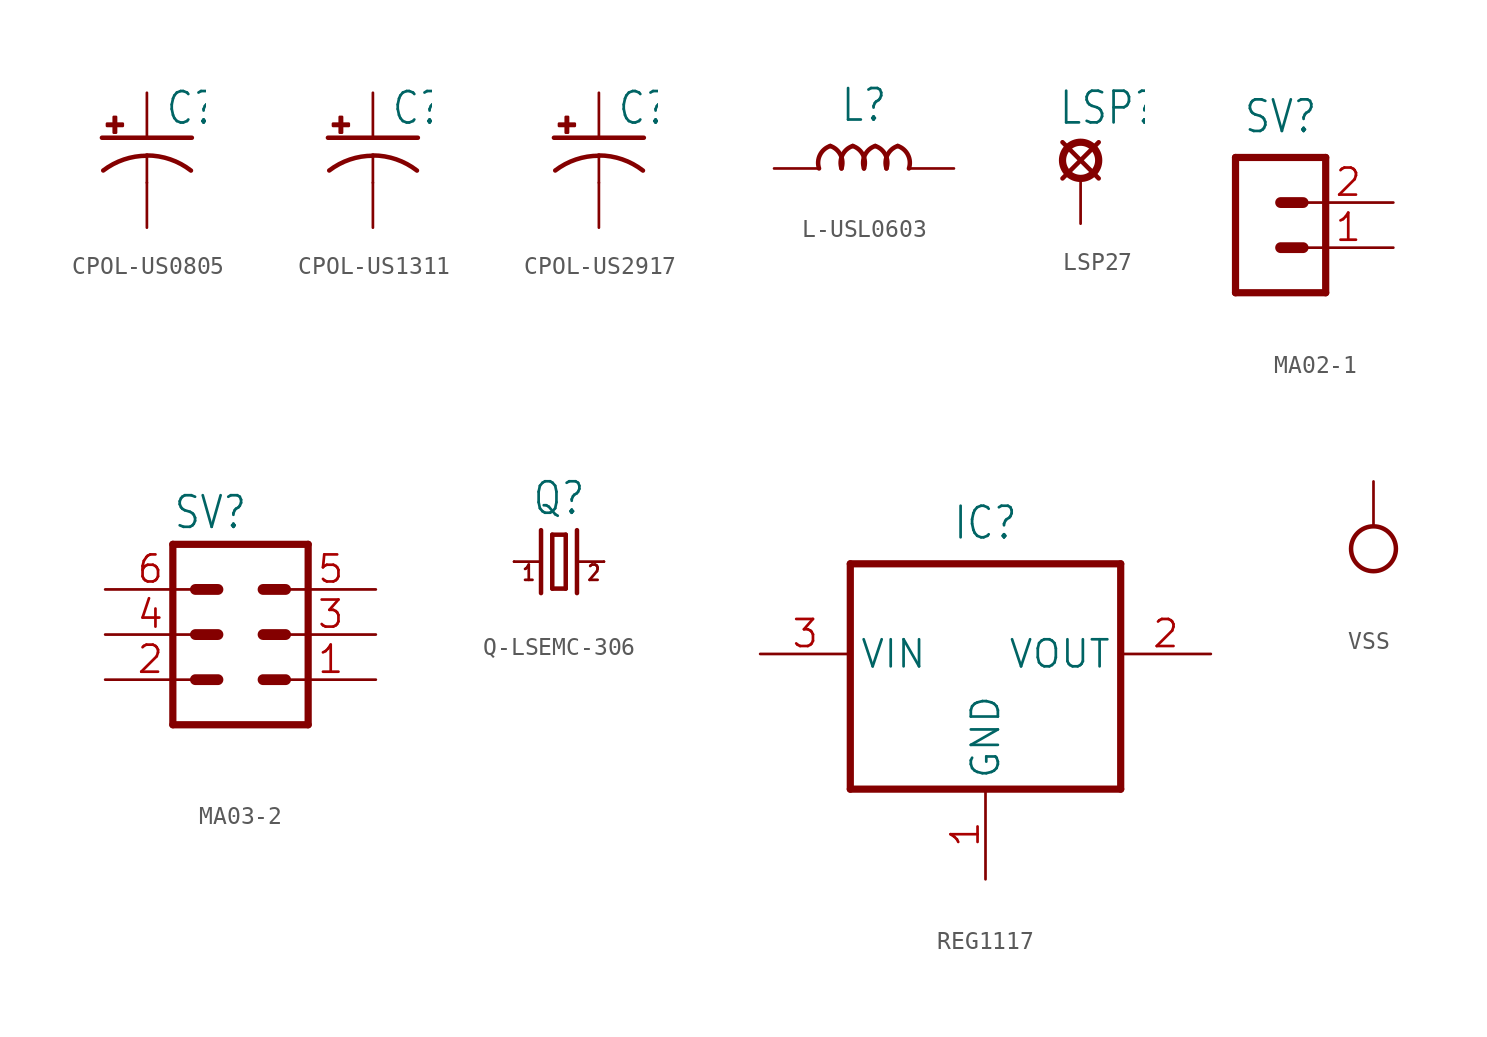
<source format=kicad_sym>
(kicad_symbol_lib
  (version 20241209)
  (generator "kicad_symbol_editor")
  (generator_version "9.0")
  (symbol "CPOL-US0805"
    (property "Reference" "C"
      (at 1.016 0.635 0)
      (effects (font (size 1.778 1.511)) (justify left bottom)))
    (property "Value" ""
      (at 1.016 -4.191 0)
      (effects (font (size 1.778 1.511)) (justify left bottom)))
    (property "ki_locked" ""
      (at 0 0 0)
      (effects (font (size 1.27 1.27))))
    (symbol "CPOL-US0805_1_0"
      (polyline (pts (xy -2.54 0) (xy 2.54 0)) (stroke (width 0.254) (type solid)) (fill (type none)))
      (rectangle (start -2.253 0.668) (end -1.364 0.795) (stroke (width 0) (type default)) (fill (type outline)))
      (rectangle (start -1.872 0.287) (end -1.745 1.176) (stroke (width 0) (type default)) (fill (type outline)))
      (arc (start -2.4669 -1.8504) (mid -1.3021 -1.2303) (end 0 -1.0161) (stroke (width 0.254) (type solid)) (fill (type none)))
      (polyline (pts (xy 0 -1.016) (xy 0 -2.54)) (stroke (width 0.152) (type solid)) (fill (type none)))
      (arc (start 0 -1) (mid 1.3158 -1.2195) (end 2.4892 -1.8541) (stroke (width 0.254) (type solid)) (fill (type none)))
      (pin passive line (at 0 2.54 270) (length 2.54) (name "+" (effects (font (size 0 0)))) (number "1+" (effects (font (size 0 0)))))
      (pin passive line (at 0 -5.08 90) (length 2.54) (name "-" (effects (font (size 0 0)))) (number "2-" (effects (font (size 0 0)))))))
  (symbol "CPOL-US1311"
    (property "Reference" "C"
      (at 1.016 0.635 0)
      (effects (font (size 1.778 1.511)) (justify left bottom)))
    (property "Value" ""
      (at 1.016 -4.191 0)
      (effects (font (size 1.778 1.511)) (justify left bottom)))
    (property "ki_locked" ""
      (at 0 0 0)
      (effects (font (size 1.27 1.27))))
    (symbol "CPOL-US1311_1_0"
      (polyline (pts (xy -2.54 0) (xy 2.54 0)) (stroke (width 0.254) (type solid)) (fill (type none)))
      (rectangle (start -2.253 0.668) (end -1.364 0.795) (stroke (width 0) (type default)) (fill (type outline)))
      (rectangle (start -1.872 0.287) (end -1.745 1.176) (stroke (width 0) (type default)) (fill (type outline)))
      (arc (start -2.4669 -1.8504) (mid -1.3021 -1.2303) (end 0 -1.0161) (stroke (width 0.254) (type solid)) (fill (type none)))
      (polyline (pts (xy 0 -1.016) (xy 0 -2.54)) (stroke (width 0.152) (type solid)) (fill (type none)))
      (arc (start 0 -1) (mid 1.3158 -1.2195) (end 2.4892 -1.8541) (stroke (width 0.254) (type solid)) (fill (type none)))
      (pin passive line (at 0 2.54 270) (length 2.54) (name "+" (effects (font (size 0 0)))) (number "1+" (effects (font (size 0 0)))))
      (pin passive line (at 0 -5.08 90) (length 2.54) (name "-" (effects (font (size 0 0)))) (number "2-" (effects (font (size 0 0)))))))
  (symbol "CPOL-US2917"
    (property "Reference" "C"
      (at 1.016 0.635 0)
      (effects (font (size 1.778 1.511)) (justify left bottom)))
    (property "Value" ""
      (at 1.016 -4.191 0)
      (effects (font (size 1.778 1.511)) (justify left bottom)))
    (property "ki_locked" ""
      (at 0 0 0)
      (effects (font (size 1.27 1.27))))
    (symbol "CPOL-US2917_1_0"
      (polyline (pts (xy -2.54 0) (xy 2.54 0)) (stroke (width 0.254) (type solid)) (fill (type none)))
      (rectangle (start -2.253 0.668) (end -1.364 0.795) (stroke (width 0) (type default)) (fill (type outline)))
      (rectangle (start -1.872 0.287) (end -1.745 1.176) (stroke (width 0) (type default)) (fill (type outline)))
      (arc (start -2.4669 -1.8504) (mid -1.3021 -1.2303) (end 0 -1.0161) (stroke (width 0.254) (type solid)) (fill (type none)))
      (polyline (pts (xy 0 -1.016) (xy 0 -2.54)) (stroke (width 0.152) (type solid)) (fill (type none)))
      (arc (start 0 -1) (mid 1.3158 -1.2195) (end 2.4892 -1.8541) (stroke (width 0.254) (type solid)) (fill (type none)))
      (pin passive line (at 0 2.54 270) (length 2.54) (name "+" (effects (font (size 0 0)))) (number "+" (effects (font (size 0 0)))))
      (pin passive line (at 0 -5.08 90) (length 2.54) (name "-" (effects (font (size 0 0)))) (number "-" (effects (font (size 0 0)))))))
  (symbol "L-USL0603"
    (property "Reference" "L"
      (at 0 2.54 0)
      (effects (font (size 1.778 1.511)) (justify bottom)))
    (property "Value" ""
      (at 0 -1.27 0)
      (effects (font (size 1.778 1.511)) (justify top)))
    (property "ki_locked" ""
      (at 0 0 0)
      (effects (font (size 1.27 1.27))))
    (symbol "L-USL0603_1_0"
      (arc (start -1.9051 1.2699) (mid -1.3245 0.7665) (end -1.27 0) (stroke (width 0.254) (type solid)) (fill (type none)))
      (arc (start -2.54 0) (mid -2.4855 0.7665) (end -1.9049 1.2699) (stroke (width 0.254) (type solid)) (fill (type none)))
      (arc (start -0.6351 1.2699) (mid -0.0545 0.7665) (end 0 0) (stroke (width 0.254) (type solid)) (fill (type none)))
      (arc (start -1.27 0) (mid -1.2154 0.7666) (end -0.6348 1.27) (stroke (width 0.254) (type solid)) (fill (type none)))
      (arc (start 0.6348 1.27) (mid 1.2154 0.7666) (end 1.27 0) (stroke (width 0.254) (type solid)) (fill (type none)))
      (arc (start 0 0) (mid 0.0545 0.7665) (end 0.6351 1.2699) (stroke (width 0.254) (type solid)) (fill (type none)))
      (arc (start 1.9049 1.2699) (mid 2.4855 0.7665) (end 2.54 0) (stroke (width 0.254) (type solid)) (fill (type none)))
      (arc (start 1.27 0) (mid 1.3245 0.7665) (end 1.9051 1.2699) (stroke (width 0.254) (type solid)) (fill (type none)))
      (pin passive line (at -5.08 0 0) (length 2.54) (name "1" (effects (font (size 0 0)))) (number "1" (effects (font (size 0 0)))))
      (pin passive line (at 5.08 0 180) (length 2.54) (name "2" (effects (font (size 0 0)))) (number "2" (effects (font (size 0 0)))))))
  (symbol "LSP27"
    (property "Reference" "LSP"
      (at -1.27 2.921 0)
      (effects (font (size 1.778 1.511)) (justify left bottom)))
    (property "ki_locked" ""
      (at 0 0 0)
      (effects (font (size 1.27 1.27))))
    (symbol "LSP27_1_0"
      (polyline (pts (xy -1.016 2.032) (xy 1.016 0)) (stroke (width 0.254) (type solid)) (fill (type none)))
      (polyline (pts (xy -1.016 0) (xy 1.016 2.032)) (stroke (width 0.254) (type solid)) (fill (type none)))
      (circle (center 0 1.016) (radius 1.016) (stroke (width 0.406) (type solid)) (fill (type none)))
      (pin passive line (at 0 -2.54 90) (length 2.54) (name "MP" (effects (font (size 0 0)))) (number "MP" (effects (font (size 0 0)))))))
  (symbol "MA02-1"
    (property "Reference" "SV"
      (at 1.27 3.81 0)
      (effects (font (size 1.778 1.511)) (justify bottom)))
    (property "Value" ""
      (at 1.27 -6.35 0)
      (effects (font (size 1.778 1.511)) (justify top)))
    (property "ki_locked" ""
      (at 0 0 0)
      (effects (font (size 1.27 1.27))))
    (symbol "MA02-1_1_0"
      (polyline (pts (xy -1.27 2.54) (xy -1.27 -5.08)) (stroke (width 0.406) (type solid)) (fill (type none)))
      (polyline (pts (xy -1.27 2.54) (xy 3.81 2.54)) (stroke (width 0.406) (type solid)) (fill (type none)))
      (polyline (pts (xy 1.27 0) (xy 2.54 0)) (stroke (width 0.61) (type solid)) (fill (type none)))
      (polyline (pts (xy 1.27 -2.54) (xy 2.54 -2.54)) (stroke (width 0.61) (type solid)) (fill (type none)))
      (polyline (pts (xy 3.81 -5.08) (xy -1.27 -5.08)) (stroke (width 0.406) (type solid)) (fill (type none)))
      (polyline (pts (xy 3.81 -5.08) (xy 3.81 2.54)) (stroke (width 0.406) (type solid)) (fill (type none)))
      (pin passive line (at 7.62 0 180) (length 5.08) (name "2" (effects (font (size 0 0)))) (number "2" (effects (font (size 1.524 1.524)))))
      (pin passive line (at 7.62 -2.54 180) (length 5.08) (name "1" (effects (font (size 0 0)))) (number "1" (effects (font (size 1.524 1.524)))))))
  (symbol "MA03-2"
    (property "Reference" "SV"
      (at -3.81 5.842 0)
      (effects (font (size 1.778 1.511)) (justify left bottom)))
    (property "Value" ""
      (at -3.81 -7.62 0)
      (effects (font (size 1.778 1.511)) (justify left bottom)))
    (property "ki_locked" ""
      (at 0 0 0)
      (effects (font (size 1.27 1.27))))
    (symbol "MA03-2_1_0"
      (polyline (pts (xy -3.81 5.08) (xy -3.81 -5.08)) (stroke (width 0.406) (type solid)) (fill (type none)))
      (polyline (pts (xy -3.81 5.08) (xy 3.81 5.08)) (stroke (width 0.406) (type solid)) (fill (type none)))
      (polyline (pts (xy -2.54 2.54) (xy -1.27 2.54)) (stroke (width 0.61) (type solid)) (fill (type none)))
      (polyline (pts (xy -2.54 0) (xy -1.27 0)) (stroke (width 0.61) (type solid)) (fill (type none)))
      (polyline (pts (xy -2.54 -2.54) (xy -1.27 -2.54)) (stroke (width 0.61) (type solid)) (fill (type none)))
      (polyline (pts (xy 1.27 2.54) (xy 2.54 2.54)) (stroke (width 0.61) (type solid)) (fill (type none)))
      (polyline (pts (xy 1.27 0) (xy 2.54 0)) (stroke (width 0.61) (type solid)) (fill (type none)))
      (polyline (pts (xy 1.27 -2.54) (xy 2.54 -2.54)) (stroke (width 0.61) (type solid)) (fill (type none)))
      (polyline (pts (xy 3.81 -5.08) (xy -3.81 -5.08)) (stroke (width 0.406) (type solid)) (fill (type none)))
      (polyline (pts (xy 3.81 -5.08) (xy 3.81 5.08)) (stroke (width 0.406) (type solid)) (fill (type none)))
      (pin passive line (at -7.62 2.54 0) (length 5.08) (name "6" (effects (font (size 0 0)))) (number "6" (effects (font (size 1.524 1.524)))))
      (pin passive line (at -7.62 0 0) (length 5.08) (name "4" (effects (font (size 0 0)))) (number "4" (effects (font (size 1.524 1.524)))))
      (pin passive line (at -7.62 -2.54 0) (length 5.08) (name "2" (effects (font (size 0 0)))) (number "2" (effects (font (size 1.524 1.524)))))
      (pin passive line (at 7.62 2.54 180) (length 5.08) (name "5" (effects (font (size 0 0)))) (number "5" (effects (font (size 1.524 1.524)))))
      (pin passive line (at 7.62 0 180) (length 5.08) (name "3" (effects (font (size 0 0)))) (number "3" (effects (font (size 1.524 1.524)))))
      (pin passive line (at 7.62 -2.54 180) (length 5.08) (name "1" (effects (font (size 0 0)))) (number "1" (effects (font (size 1.524 1.524)))))))
  (symbol "Q-LSEMC-306"
    (property "Reference" "Q"
      (at 0 2.54 0)
      (effects (font (size 1.778 1.511)) (justify bottom)))
    (property "Value" ""
      (at 0 -2.54 0)
      (effects (font (size 1.778 1.511)) (justify top)))
    (property "ki_locked" ""
      (at 0 0 0)
      (effects (font (size 1.27 1.27))))
    (symbol "Q-LSEMC-306_1_0"
      (polyline (pts (xy -2.54 0) (xy -1.016 0)) (stroke (width 0.152) (type solid)) (fill (type none)))
      (polyline (pts (xy -1.016 1.778) (xy -1.016 -1.778)) (stroke (width 0.254) (type solid)) (fill (type none)))
      (polyline (pts (xy -0.381 1.524) (xy -0.381 -1.524)) (stroke (width 0.254) (type solid)) (fill (type none)))
      (polyline (pts (xy -0.381 -1.524) (xy 0.381 -1.524)) (stroke (width 0.254) (type solid)) (fill (type none)))
      (polyline (pts (xy 0.381 1.524) (xy -0.381 1.524)) (stroke (width 0.254) (type solid)) (fill (type none)))
      (polyline (pts (xy 0.381 -1.524) (xy 0.381 1.524)) (stroke (width 0.254) (type solid)) (fill (type none)))
      (polyline (pts (xy 1.016 1.778) (xy 1.016 -1.778)) (stroke (width 0.254) (type solid)) (fill (type none)))
      (polyline (pts (xy 1.016 0) (xy 2.54 0)) (stroke (width 0.152) (type solid)) (fill (type none)))
      (text "1" (at -2.159 -1.143 0) (effects (font (size 0.864 0.734)) (justify left bottom)))
      (text "2" (at 1.524 -1.143 0) (effects (font (size 0.864 0.734)) (justify left bottom)))
      (pin passive line (at -2.54 0 0) (length 0) (name "1" (effects (font (size 0 0)))) (number "1" (effects (font (size 0 0)))))
      (pin passive line (at 2.54 0 180) (length 0) (name "2" (effects (font (size 0 0)))) (number "4" (effects (font (size 0 0)))))))
  (symbol "REG1117"
    (property "Reference" "IC"
      (at 0 6.35 0)
      (effects (font (size 1.778 1.511)) (justify bottom)))
    (property "Value" ""
      (at 0 2.54 0)
      (effects (font (size 1.778 1.511)) (justify bottom)))
    (property "ki_locked" ""
      (at 0 0 0)
      (effects (font (size 1.27 1.27))))
    (symbol "REG1117_1_0"
      (polyline (pts (xy -7.62 5.08) (xy -7.62 -7.62)) (stroke (width 0.406) (type solid)) (fill (type none)))
      (polyline (pts (xy -7.62 -7.62) (xy 7.62 -7.62)) (stroke (width 0.406) (type solid)) (fill (type none)))
      (polyline (pts (xy 7.62 5.08) (xy -7.62 5.08)) (stroke (width 0.406) (type solid)) (fill (type none)))
      (polyline (pts (xy 7.62 -7.62) (xy 7.62 5.08)) (stroke (width 0.406) (type solid)) (fill (type none)))
      (pin input line (at -12.7 0 0) (length 5.08) (name "VIN" (effects (font (size 1.524 1.524)))) (number "3" (effects (font (size 1.524 1.524)))))
      (pin power_in line (at 0 -12.7 90) (length 5.08) (name "GND" (effects (font (size 1.524 1.524)))) (number "1" (effects (font (size 1.524 1.524)))))
      (pin output line (at 12.7 0 180) (length 5.08) (name "VOUT" (effects (font (size 1.524 1.524)))) (number "2" (effects (font (size 1.524 1.524)))))))
  (symbol "VSS"
    (power)
    (property "Reference" "#SUPPLY"
      (at 0 0 0)
      (effects (font (size 1.27 1.27)) (hide yes)))
    (property "Value" ""
      (at -1.905 -4.699 0)
      (effects (font (size 1.778 1.511)) (justify left bottom)))
    (property "ki_locked" ""
      (at 0 0 0)
      (effects (font (size 1.27 1.27))))
    (symbol "VSS_1_0"
      (circle (center 0 -1.27) (radius 1.27) (stroke (width 0.254) (type solid)) (fill (type none)))
      (pin power_in line (at 0 2.54 270) (length 2.54) (name "VSS" (effects (font (size 0 0)))) (number "1" (effects (font (size 0 0))))))))
</source>
